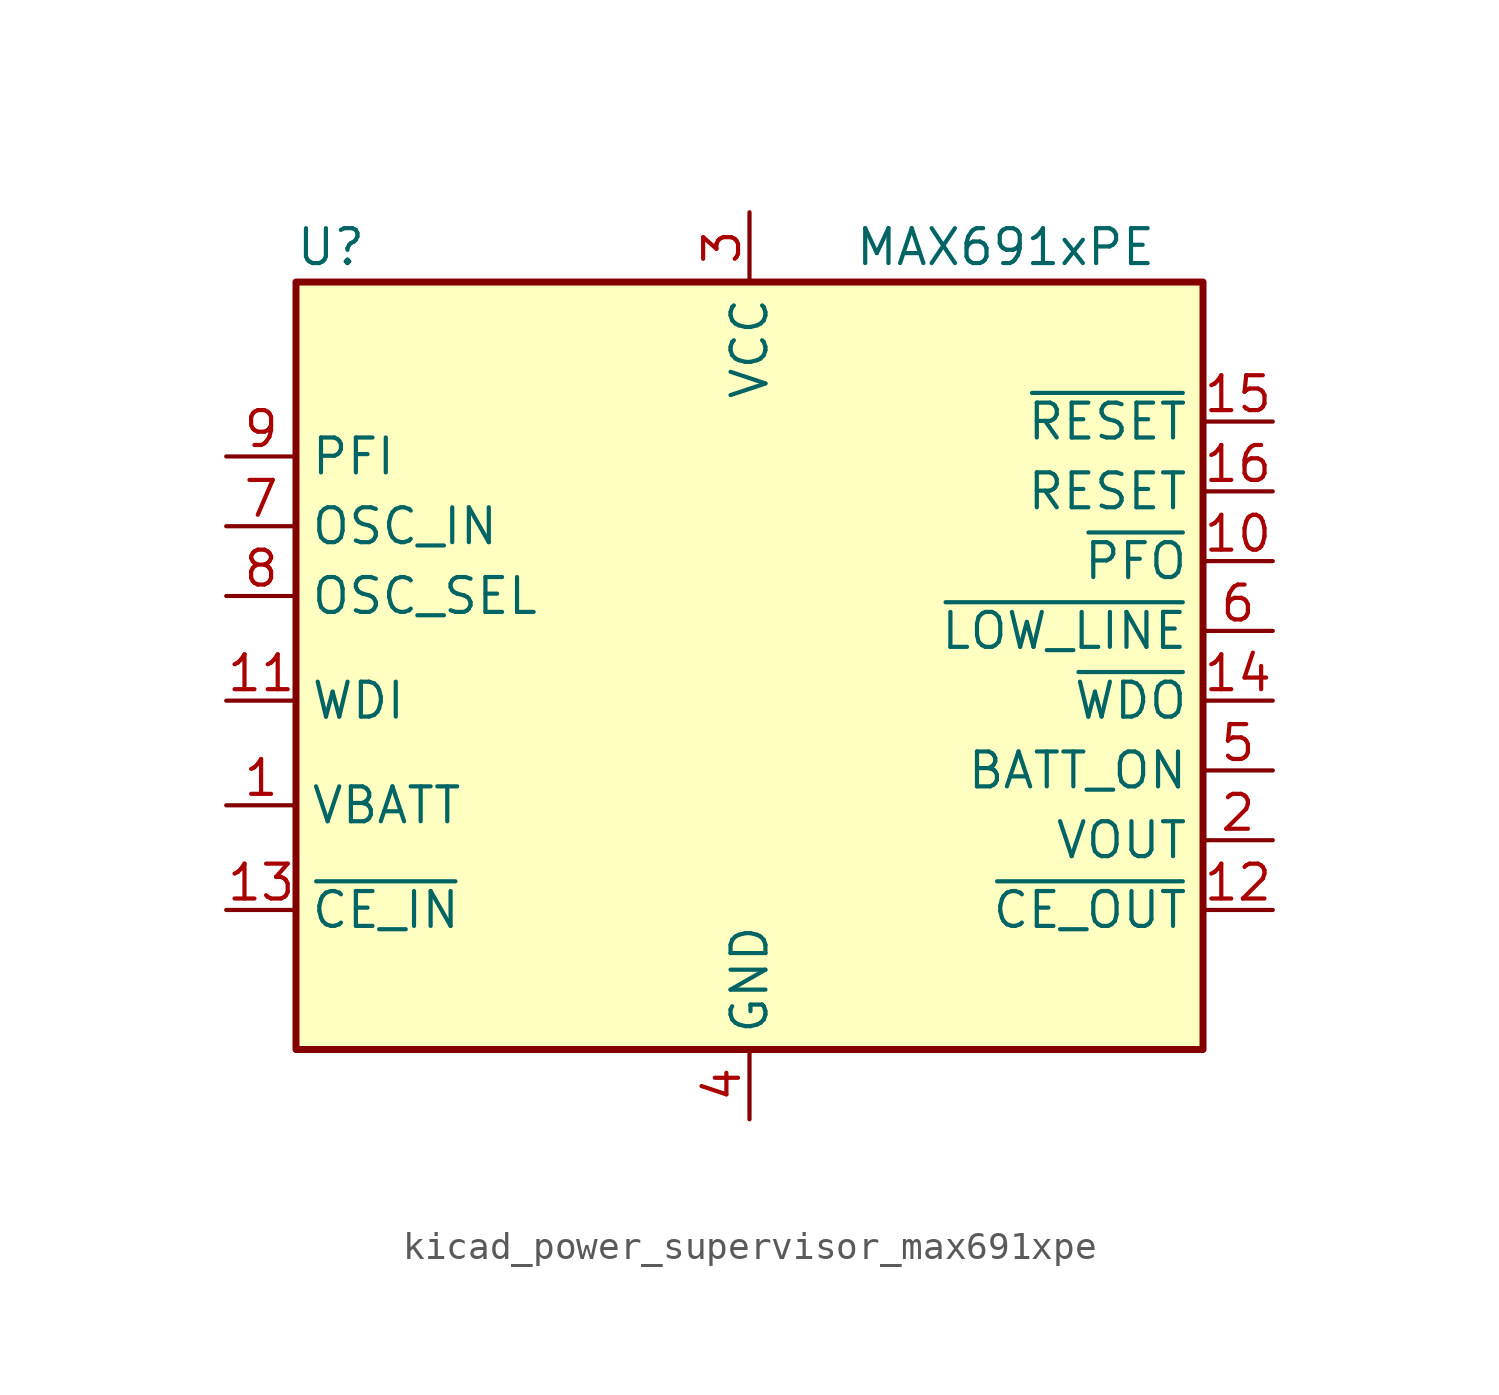
<source format=kicad_sym>
(kicad_symbol_lib
  (version 20220914)
  (generator kicad_symbol_editor)
  (symbol "kicad_power_supervisor_max691xpe"
    (property "Reference" "U"
      (at -15.24 13.97 0)
      (effects (font (size 1.27 1.27))))
    (property "Value" "MAX691xPE"
      (at 3.81 13.97 0)
      (effects (font (size 1.27 1.27)) (justify left)))
    (symbol "kicad_power_supervisor_max691xpe_0_1"
      (rectangle (start 16.51 12.7) (end -16.51 -15.24) (stroke (width 0.254) (type default)) (fill (type background))))
    (symbol "kicad_power_supervisor_max691xpe_1_1"
      (pin power_in line (at -19.05 -6.35 0) (length 2.54) (name "VBATT" (effects (font (size 1.27 1.27)))) (number "1" (effects (font (size 1.27 1.27)))))
      (pin output line (at 19.05 2.54 180) (length 2.54) (name "~{PFO}" (effects (font (size 1.27 1.27)))) (number "10" (effects (font (size 1.27 1.27)))))
      (pin input line (at -19.05 -2.54 0) (length 2.54) (name "WDI" (effects (font (size 1.27 1.27)))) (number "11" (effects (font (size 1.27 1.27)))))
      (pin output line (at 19.05 -10.16 180) (length 2.54) (name "~{CE_OUT}" (effects (font (size 1.27 1.27)))) (number "12" (effects (font (size 1.27 1.27)))))
      (pin input line (at -19.05 -10.16 0) (length 2.54) (name "~{CE_IN}" (effects (font (size 1.27 1.27)))) (number "13" (effects (font (size 1.27 1.27)))))
      (pin output line (at 19.05 -2.54 180) (length 2.54) (name "~{WDO}" (effects (font (size 1.27 1.27)))) (number "14" (effects (font (size 1.27 1.27)))))
      (pin output line (at 19.05 7.62 180) (length 2.54) (name "~{RESET}" (effects (font (size 1.27 1.27)))) (number "15" (effects (font (size 1.27 1.27)))))
      (pin output line (at 19.05 5.08 180) (length 2.54) (name "RESET" (effects (font (size 1.27 1.27)))) (number "16" (effects (font (size 1.27 1.27)))))
      (pin power_out line (at 19.05 -7.62 180) (length 2.54) (name "VOUT" (effects (font (size 1.27 1.27)))) (number "2" (effects (font (size 1.27 1.27)))))
      (pin power_in line (at 0 15.24 270) (length 2.54) (name "VCC" (effects (font (size 1.27 1.27)))) (number "3" (effects (font (size 1.27 1.27)))))
      (pin power_in line (at 0 -17.78 90) (length 2.54) (name "GND" (effects (font (size 1.27 1.27)))) (number "4" (effects (font (size 1.27 1.27)))))
      (pin output line (at 19.05 -5.08 180) (length 2.54) (name "BATT_ON" (effects (font (size 1.27 1.27)))) (number "5" (effects (font (size 1.27 1.27)))))
      (pin output line (at 19.05 0 180) (length 2.54) (name "~{LOW_LINE}" (effects (font (size 1.27 1.27)))) (number "6" (effects (font (size 1.27 1.27)))))
      (pin input line (at -19.05 3.81 0) (length 2.54) (name "OSC_IN" (effects (font (size 1.27 1.27)))) (number "7" (effects (font (size 1.27 1.27)))))
      (pin input line (at -19.05 1.27 0) (length 2.54) (name "OSC_SEL" (effects (font (size 1.27 1.27)))) (number "8" (effects (font (size 1.27 1.27)))))
      (pin input line (at -19.05 6.35 0) (length 2.54) (name "PFI" (effects (font (size 1.27 1.27)))) (number "9" (effects (font (size 1.27 1.27))))))))
</source>
